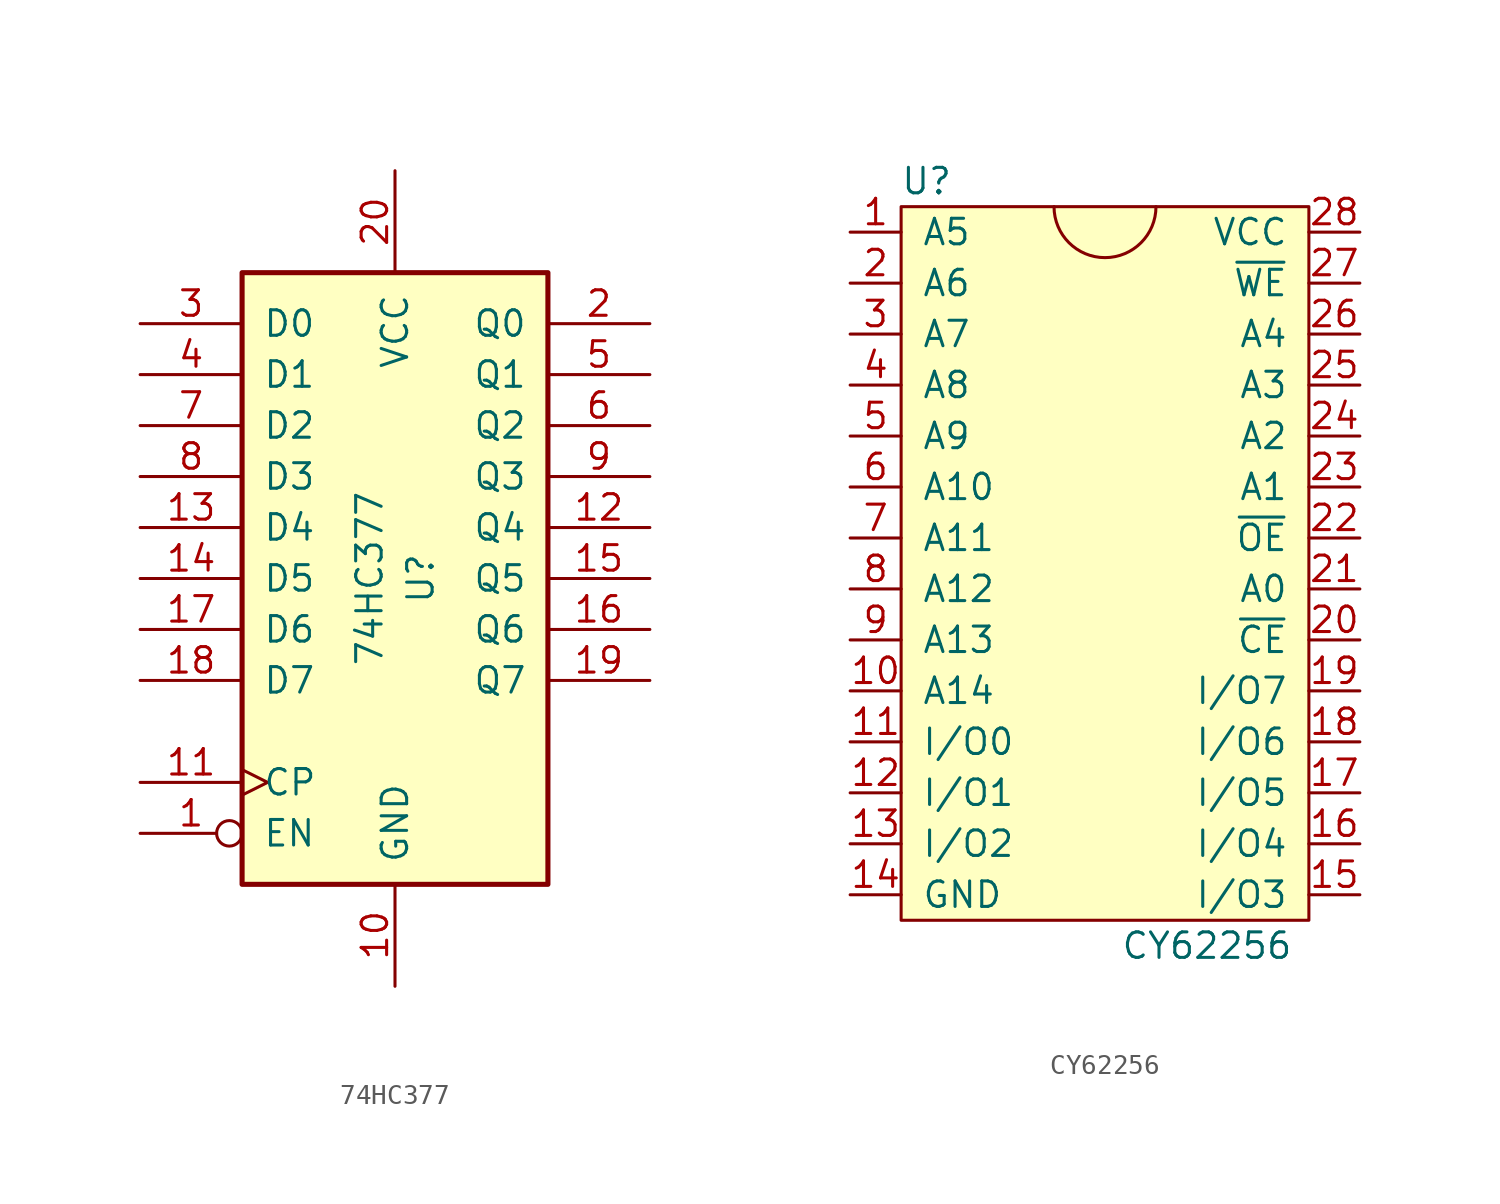
<source format=kicad_sym>
(kicad_symbol_lib
  (version 20211014)
  (generator kicad_symbol_editor)
  (symbol "74HC377"
    (pin_names
      (offset 1.016))
    (property "Reference" "U"
      (at 1.27 0 90)
      (effects (font (size 1.27 1.27))))
    (property "Value" "74HC377"
      (at -1.27 0 90)
      (effects (font (size 1.27 1.27))))
    (property "ki_locked" ""
      (at 0 0 0)
      (effects (font (size 1.27 1.27))))
    (symbol "74HC377_1_0"
      (pin input inverted (at -12.7 -12.7 0) (length 5.08) (name "EN" (effects (font (size 1.27 1.27)))) (number "1" (effects (font (size 1.27 1.27)))))
      (pin power_in line (at 0 -20.32 90) (length 5.08) (name "GND" (effects (font (size 1.27 1.27)))) (number "10" (effects (font (size 1.27 1.27)))))
      (pin input clock (at -12.7 -10.16 0) (length 5.08) (name "CP" (effects (font (size 1.27 1.27)))) (number "11" (effects (font (size 1.27 1.27)))))
      (pin output line (at 12.7 2.54 180) (length 5.08) (name "Q4" (effects (font (size 1.27 1.27)))) (number "12" (effects (font (size 1.27 1.27)))))
      (pin input line (at -12.7 2.54 0) (length 5.08) (name "D4" (effects (font (size 1.27 1.27)))) (number "13" (effects (font (size 1.27 1.27)))))
      (pin input line (at -12.7 0 0) (length 5.08) (name "D5" (effects (font (size 1.27 1.27)))) (number "14" (effects (font (size 1.27 1.27)))))
      (pin output line (at 12.7 0 180) (length 5.08) (name "Q5" (effects (font (size 1.27 1.27)))) (number "15" (effects (font (size 1.27 1.27)))))
      (pin output line (at 12.7 -2.54 180) (length 5.08) (name "Q6" (effects (font (size 1.27 1.27)))) (number "16" (effects (font (size 1.27 1.27)))))
      (pin input line (at -12.7 -2.54 0) (length 5.08) (name "D6" (effects (font (size 1.27 1.27)))) (number "17" (effects (font (size 1.27 1.27)))))
      (pin input line (at -12.7 -5.08 0) (length 5.08) (name "D7" (effects (font (size 1.27 1.27)))) (number "18" (effects (font (size 1.27 1.27)))))
      (pin output line (at 12.7 -5.08 180) (length 5.08) (name "Q7" (effects (font (size 1.27 1.27)))) (number "19" (effects (font (size 1.27 1.27)))))
      (pin output line (at 12.7 12.7 180) (length 5.08) (name "Q0" (effects (font (size 1.27 1.27)))) (number "2" (effects (font (size 1.27 1.27)))))
      (pin power_in line (at 0 20.32 270) (length 5.08) (name "VCC" (effects (font (size 1.27 1.27)))) (number "20" (effects (font (size 1.27 1.27)))))
      (pin input line (at -12.7 12.7 0) (length 5.08) (name "D0" (effects (font (size 1.27 1.27)))) (number "3" (effects (font (size 1.27 1.27)))))
      (pin input line (at -12.7 10.16 0) (length 5.08) (name "D1" (effects (font (size 1.27 1.27)))) (number "4" (effects (font (size 1.27 1.27)))))
      (pin output line (at 12.7 10.16 180) (length 5.08) (name "Q1" (effects (font (size 1.27 1.27)))) (number "5" (effects (font (size 1.27 1.27)))))
      (pin output line (at 12.7 7.62 180) (length 5.08) (name "Q2" (effects (font (size 1.27 1.27)))) (number "6" (effects (font (size 1.27 1.27)))))
      (pin input line (at -12.7 7.62 0) (length 5.08) (name "D2" (effects (font (size 1.27 1.27)))) (number "7" (effects (font (size 1.27 1.27)))))
      (pin input line (at -12.7 5.08 0) (length 5.08) (name "D3" (effects (font (size 1.27 1.27)))) (number "8" (effects (font (size 1.27 1.27)))))
      (pin output line (at 12.7 5.08 180) (length 5.08) (name "Q3" (effects (font (size 1.27 1.27)))) (number "9" (effects (font (size 1.27 1.27))))))
    (symbol "74HC377_1_1"
      (rectangle (start -7.62 15.24) (end 7.62 -15.24) (stroke (width 0.254) (type default) (color 0 0 0 0)) (fill (type background)))))
  (symbol "CY62256"
    (pin_names
      (offset 1.016))
    (property "Reference" "U"
      (at -8.89 20.32 0)
      (effects (font (size 1.27 1.27))))
    (property "Value" "CY62256"
      (at 5.08 -17.78 0)
      (effects (font (size 1.27 1.27))))
    (symbol "CY62256_0_1"
      (rectangle (start -10.16 19.05) (end 10.16 -16.51) (stroke (width 0) (type default) (color 0 0 0 0)) (fill (type background)))
      (arc (start -2.54 19.05) (mid 0 16.51) (end 2.54 19.05) (stroke (width 0) (type default) (color 0 0 0 0)) (fill (type none))))
    (symbol "CY62256_1_1"
      (pin input line (at -12.7 17.78 0) (length 2.54) (name "A5" (effects (font (size 1.27 1.27)))) (number "1" (effects (font (size 1.27 1.27)))))
      (pin input line (at -12.7 -5.08 0) (length 2.54) (name "A14" (effects (font (size 1.27 1.27)))) (number "10" (effects (font (size 1.27 1.27)))))
      (pin bidirectional line (at -12.7 -7.62 0) (length 2.54) (name "I/O0" (effects (font (size 1.27 1.27)))) (number "11" (effects (font (size 1.27 1.27)))))
      (pin bidirectional line (at -12.7 -10.16 0) (length 2.54) (name "I/O1" (effects (font (size 1.27 1.27)))) (number "12" (effects (font (size 1.27 1.27)))))
      (pin bidirectional line (at -12.7 -12.7 0) (length 2.54) (name "I/O2" (effects (font (size 1.27 1.27)))) (number "13" (effects (font (size 1.27 1.27)))))
      (pin power_in line (at -12.7 -15.24 0) (length 2.54) (name "GND" (effects (font (size 1.27 1.27)))) (number "14" (effects (font (size 1.27 1.27)))))
      (pin bidirectional line (at 12.7 -15.24 180) (length 2.54) (name "I/O3" (effects (font (size 1.27 1.27)))) (number "15" (effects (font (size 1.27 1.27)))))
      (pin bidirectional line (at 12.7 -12.7 180) (length 2.54) (name "I/O4" (effects (font (size 1.27 1.27)))) (number "16" (effects (font (size 1.27 1.27)))))
      (pin bidirectional line (at 12.7 -10.16 180) (length 2.54) (name "I/O5" (effects (font (size 1.27 1.27)))) (number "17" (effects (font (size 1.27 1.27)))))
      (pin bidirectional line (at 12.7 -7.62 180) (length 2.54) (name "I/O6" (effects (font (size 1.27 1.27)))) (number "18" (effects (font (size 1.27 1.27)))))
      (pin bidirectional line (at 12.7 -5.08 180) (length 2.54) (name "I/O7" (effects (font (size 1.27 1.27)))) (number "19" (effects (font (size 1.27 1.27)))))
      (pin input line (at -12.7 15.24 0) (length 2.54) (name "A6" (effects (font (size 1.27 1.27)))) (number "2" (effects (font (size 1.27 1.27)))))
      (pin input line (at 12.7 -2.54 180) (length 2.54) (name "~{CE}" (effects (font (size 1.27 1.27)))) (number "20" (effects (font (size 1.27 1.27)))))
      (pin input line (at 12.7 0 180) (length 2.54) (name "A0" (effects (font (size 1.27 1.27)))) (number "21" (effects (font (size 1.27 1.27)))))
      (pin input line (at 12.7 2.54 180) (length 2.54) (name "~{OE}" (effects (font (size 1.27 1.27)))) (number "22" (effects (font (size 1.27 1.27)))))
      (pin input line (at 12.7 5.08 180) (length 2.54) (name "A1" (effects (font (size 1.27 1.27)))) (number "23" (effects (font (size 1.27 1.27)))))
      (pin input line (at 12.7 7.62 180) (length 2.54) (name "A2" (effects (font (size 1.27 1.27)))) (number "24" (effects (font (size 1.27 1.27)))))
      (pin input line (at 12.7 10.16 180) (length 2.54) (name "A3" (effects (font (size 1.27 1.27)))) (number "25" (effects (font (size 1.27 1.27)))))
      (pin input line (at 12.7 12.7 180) (length 2.54) (name "A4" (effects (font (size 1.27 1.27)))) (number "26" (effects (font (size 1.27 1.27)))))
      (pin input line (at 12.7 15.24 180) (length 2.54) (name "~{WE}" (effects (font (size 1.27 1.27)))) (number "27" (effects (font (size 1.27 1.27)))))
      (pin power_in line (at 12.7 17.78 180) (length 2.54) (name "VCC" (effects (font (size 1.27 1.27)))) (number "28" (effects (font (size 1.27 1.27)))))
      (pin input line (at -12.7 12.7 0) (length 2.54) (name "A7" (effects (font (size 1.27 1.27)))) (number "3" (effects (font (size 1.27 1.27)))))
      (pin input line (at -12.7 10.16 0) (length 2.54) (name "A8" (effects (font (size 1.27 1.27)))) (number "4" (effects (font (size 1.27 1.27)))))
      (pin input line (at -12.7 7.62 0) (length 2.54) (name "A9" (effects (font (size 1.27 1.27)))) (number "5" (effects (font (size 1.27 1.27)))))
      (pin input line (at -12.7 5.08 0) (length 2.54) (name "A10" (effects (font (size 1.27 1.27)))) (number "6" (effects (font (size 1.27 1.27)))))
      (pin input line (at -12.7 2.54 0) (length 2.54) (name "A11" (effects (font (size 1.27 1.27)))) (number "7" (effects (font (size 1.27 1.27)))))
      (pin input line (at -12.7 0 0) (length 2.54) (name "A12" (effects (font (size 1.27 1.27)))) (number "8" (effects (font (size 1.27 1.27)))))
      (pin input line (at -12.7 -2.54 0) (length 2.54) (name "A13" (effects (font (size 1.27 1.27)))) (number "9" (effects (font (size 1.27 1.27))))))))
</source>
